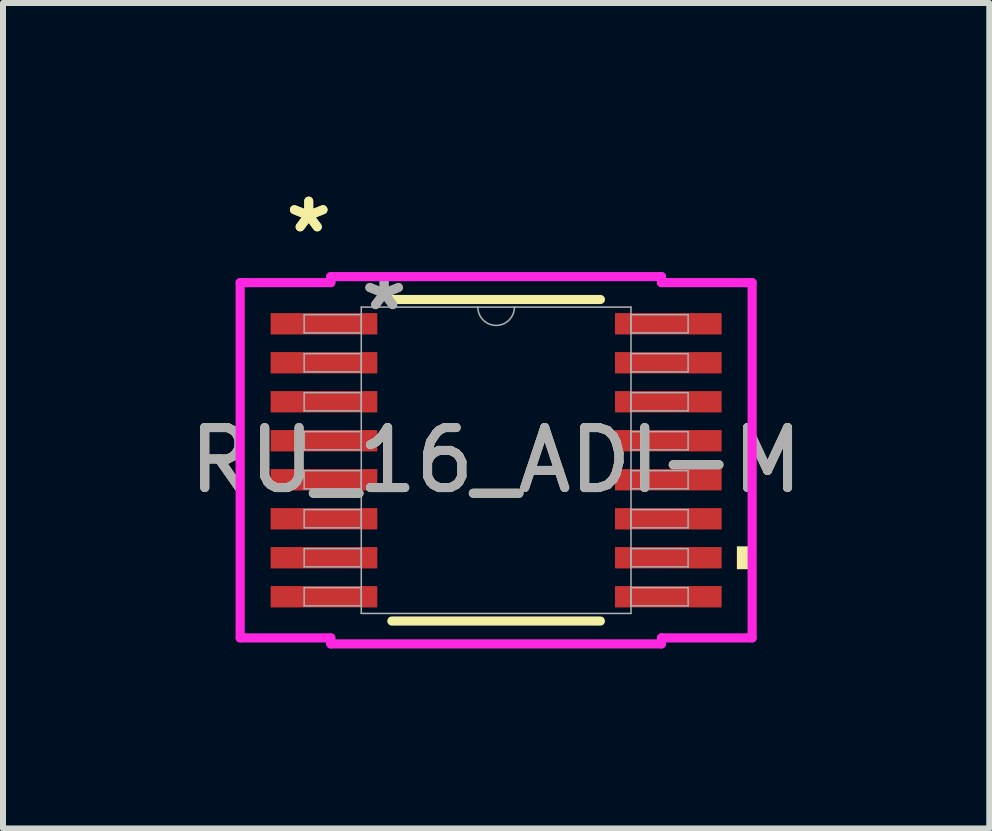
<source format=kicad_pcb>
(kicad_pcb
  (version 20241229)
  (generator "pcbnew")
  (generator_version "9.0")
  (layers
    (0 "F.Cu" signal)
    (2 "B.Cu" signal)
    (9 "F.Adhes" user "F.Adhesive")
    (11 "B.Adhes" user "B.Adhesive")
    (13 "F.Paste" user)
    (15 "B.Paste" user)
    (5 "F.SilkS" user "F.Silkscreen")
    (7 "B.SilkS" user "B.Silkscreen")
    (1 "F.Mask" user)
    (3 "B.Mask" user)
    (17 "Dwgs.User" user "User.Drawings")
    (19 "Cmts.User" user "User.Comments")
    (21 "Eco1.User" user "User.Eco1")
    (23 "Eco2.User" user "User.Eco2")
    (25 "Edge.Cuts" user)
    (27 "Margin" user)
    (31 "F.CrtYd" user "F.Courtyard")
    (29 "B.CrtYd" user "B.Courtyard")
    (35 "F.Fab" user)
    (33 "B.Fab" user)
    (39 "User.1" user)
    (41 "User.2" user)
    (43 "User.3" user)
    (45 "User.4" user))
  (footprint "RU_16_ADI-M"
    (layer "F.Cu")
    (at 5.22 4.622)
    (property "Reference" "RU_16_ADI-M" (at 0 0 0) (unlocked yes) (layer "F.SilkS") (effects (font (size 1 1) (thickness 0.15))))
    (attr smd)
    (fp_line (start -1.738 2.68) (end 1.738 2.68) (stroke (width 0.152) (type solid)) (layer "F.SilkS"))
    (fp_line (start 1.738 -2.68) (end -1.738 -2.68) (stroke (width 0.152) (type solid)) (layer "F.SilkS"))
    (fp_poly (pts (xy 4.267 1.435) (xy 4.267 1.816) (xy 4.013 1.816) (xy 4.013 1.435)) (stroke (width 0) (type solid)) (fill yes) (layer "F.SilkS"))
    (fp_line (start -4.267 -2.961) (end -2.756 -2.961) (stroke (width 0.152) (type solid)) (layer "F.CrtYd"))
    (fp_line (start -4.267 2.961) (end -4.267 -2.961) (stroke (width 0.152) (type solid)) (layer "F.CrtYd"))
    (fp_line (start -4.267 2.961) (end -2.756 2.961) (stroke (width 0.152) (type solid)) (layer "F.CrtYd"))
    (fp_line (start -2.756 -3.061) (end 2.756 -3.061) (stroke (width 0.152) (type solid)) (layer "F.CrtYd"))
    (fp_line (start -2.756 -2.961) (end -2.756 -3.061) (stroke (width 0.152) (type solid)) (layer "F.CrtYd"))
    (fp_line (start -2.756 3.061) (end -2.756 2.961) (stroke (width 0.152) (type solid)) (layer "F.CrtYd"))
    (fp_line (start 2.756 -3.061) (end 2.756 -2.961) (stroke (width 0.152) (type solid)) (layer "F.CrtYd"))
    (fp_line (start 2.756 2.961) (end 2.756 3.061) (stroke (width 0.152) (type solid)) (layer "F.CrtYd"))
    (fp_line (start 2.756 3.061) (end -2.756 3.061) (stroke (width 0.152) (type solid)) (layer "F.CrtYd"))
    (fp_line (start 4.267 -2.961) (end 2.756 -2.961) (stroke (width 0.152) (type solid)) (layer "F.CrtYd"))
    (fp_line (start 4.267 -2.961) (end 4.267 2.961) (stroke (width 0.152) (type solid)) (layer "F.CrtYd"))
    (fp_line (start 4.267 2.961) (end 2.756 2.961) (stroke (width 0.152) (type solid)) (layer "F.CrtYd"))
    (fp_line (start -3.2 -2.427) (end -3.2 -2.123) (stroke (width 0.025) (type solid)) (layer "F.Fab"))
    (fp_line (start -3.2 -2.123) (end -2.248 -2.123) (stroke (width 0.025) (type solid)) (layer "F.Fab"))
    (fp_line (start -3.2 -1.777) (end -3.2 -1.473) (stroke (width 0.025) (type solid)) (layer "F.Fab"))
    (fp_line (start -3.2 -1.473) (end -2.248 -1.473) (stroke (width 0.025) (type solid)) (layer "F.Fab"))
    (fp_line (start -3.2 -1.127) (end -3.2 -0.823) (stroke (width 0.025) (type solid)) (layer "F.Fab"))
    (fp_line (start -3.2 -0.823) (end -2.248 -0.823) (stroke (width 0.025) (type solid)) (layer "F.Fab"))
    (fp_line (start -3.2 -0.477) (end -3.2 -0.173) (stroke (width 0.025) (type solid)) (layer "F.Fab"))
    (fp_line (start -3.2 -0.173) (end -2.248 -0.173) (stroke (width 0.025) (type solid)) (layer "F.Fab"))
    (fp_line (start -3.2 0.173) (end -3.2 0.477) (stroke (width 0.025) (type solid)) (layer "F.Fab"))
    (fp_line (start -3.2 0.477) (end -2.248 0.477) (stroke (width 0.025) (type solid)) (layer "F.Fab"))
    (fp_line (start -3.2 0.823) (end -3.2 1.127) (stroke (width 0.025) (type solid)) (layer "F.Fab"))
    (fp_line (start -3.2 1.127) (end -2.248 1.127) (stroke (width 0.025) (type solid)) (layer "F.Fab"))
    (fp_line (start -3.2 1.473) (end -3.2 1.777) (stroke (width 0.025) (type solid)) (layer "F.Fab"))
    (fp_line (start -3.2 1.777) (end -2.248 1.777) (stroke (width 0.025) (type solid)) (layer "F.Fab"))
    (fp_line (start -3.2 2.123) (end -3.2 2.427) (stroke (width 0.025) (type solid)) (layer "F.Fab"))
    (fp_line (start -3.2 2.427) (end -2.248 2.427) (stroke (width 0.025) (type solid)) (layer "F.Fab"))
    (fp_line (start -2.248 -2.553) (end -2.248 2.553) (stroke (width 0.025) (type solid)) (layer "F.Fab"))
    (fp_line (start -2.248 -2.427) (end -3.2 -2.427) (stroke (width 0.025) (type solid)) (layer "F.Fab"))
    (fp_line (start -2.248 -2.123) (end -2.248 -2.427) (stroke (width 0.025) (type solid)) (layer "F.Fab"))
    (fp_line (start -2.248 -1.777) (end -3.2 -1.777) (stroke (width 0.025) (type solid)) (layer "F.Fab"))
    (fp_line (start -2.248 -1.473) (end -2.248 -1.777) (stroke (width 0.025) (type solid)) (layer "F.Fab"))
    (fp_line (start -2.248 -1.127) (end -3.2 -1.127) (stroke (width 0.025) (type solid)) (layer "F.Fab"))
    (fp_line (start -2.248 -0.823) (end -2.248 -1.127) (stroke (width 0.025) (type solid)) (layer "F.Fab"))
    (fp_line (start -2.248 -0.477) (end -3.2 -0.477) (stroke (width 0.025) (type solid)) (layer "F.Fab"))
    (fp_line (start -2.248 -0.173) (end -2.248 -0.477) (stroke (width 0.025) (type solid)) (layer "F.Fab"))
    (fp_line (start -2.248 0.173) (end -3.2 0.173) (stroke (width 0.025) (type solid)) (layer "F.Fab"))
    (fp_line (start -2.248 0.477) (end -2.248 0.173) (stroke (width 0.025) (type solid)) (layer "F.Fab"))
    (fp_line (start -2.248 0.823) (end -3.2 0.823) (stroke (width 0.025) (type solid)) (layer "F.Fab"))
    (fp_line (start -2.248 1.127) (end -2.248 0.823) (stroke (width 0.025) (type solid)) (layer "F.Fab"))
    (fp_line (start -2.248 1.473) (end -3.2 1.473) (stroke (width 0.025) (type solid)) (layer "F.Fab"))
    (fp_line (start -2.248 1.777) (end -2.248 1.473) (stroke (width 0.025) (type solid)) (layer "F.Fab"))
    (fp_line (start -2.248 2.123) (end -3.2 2.123) (stroke (width 0.025) (type solid)) (layer "F.Fab"))
    (fp_line (start -2.248 2.427) (end -2.248 2.123) (stroke (width 0.025) (type solid)) (layer "F.Fab"))
    (fp_line (start -2.248 2.553) (end 2.248 2.553) (stroke (width 0.025) (type solid)) (layer "F.Fab"))
    (fp_line (start 2.248 -2.553) (end -2.248 -2.553) (stroke (width 0.025) (type solid)) (layer "F.Fab"))
    (fp_line (start 2.248 -2.427) (end 2.248 -2.123) (stroke (width 0.025) (type solid)) (layer "F.Fab"))
    (fp_line (start 2.248 -2.123) (end 3.2 -2.123) (stroke (width 0.025) (type solid)) (layer "F.Fab"))
    (fp_line (start 2.248 -1.777) (end 2.248 -1.473) (stroke (width 0.025) (type solid)) (layer "F.Fab"))
    (fp_line (start 2.248 -1.473) (end 3.2 -1.473) (stroke (width 0.025) (type solid)) (layer "F.Fab"))
    (fp_line (start 2.248 -1.127) (end 2.248 -0.823) (stroke (width 0.025) (type solid)) (layer "F.Fab"))
    (fp_line (start 2.248 -0.823) (end 3.2 -0.823) (stroke (width 0.025) (type solid)) (layer "F.Fab"))
    (fp_line (start 2.248 -0.477) (end 2.248 -0.173) (stroke (width 0.025) (type solid)) (layer "F.Fab"))
    (fp_line (start 2.248 -0.173) (end 3.2 -0.173) (stroke (width 0.025) (type solid)) (layer "F.Fab"))
    (fp_line (start 2.248 0.173) (end 2.248 0.477) (stroke (width 0.025) (type solid)) (layer "F.Fab"))
    (fp_line (start 2.248 0.477) (end 3.2 0.477) (stroke (width 0.025) (type solid)) (layer "F.Fab"))
    (fp_line (start 2.248 0.823) (end 2.248 1.127) (stroke (width 0.025) (type solid)) (layer "F.Fab"))
    (fp_line (start 2.248 1.127) (end 3.2 1.127) (stroke (width 0.025) (type solid)) (layer "F.Fab"))
    (fp_line (start 2.248 1.473) (end 2.248 1.777) (stroke (width 0.025) (type solid)) (layer "F.Fab"))
    (fp_line (start 2.248 1.777) (end 3.2 1.777) (stroke (width 0.025) (type solid)) (layer "F.Fab"))
    (fp_line (start 2.248 2.123) (end 2.248 2.427) (stroke (width 0.025) (type solid)) (layer "F.Fab"))
    (fp_line (start 2.248 2.427) (end 3.2 2.427) (stroke (width 0.025) (type solid)) (layer "F.Fab"))
    (fp_line (start 2.248 2.553) (end 2.248 -2.553) (stroke (width 0.025) (type solid)) (layer "F.Fab"))
    (fp_line (start 3.2 -2.427) (end 2.248 -2.427) (stroke (width 0.025) (type solid)) (layer "F.Fab"))
    (fp_line (start 3.2 -2.123) (end 3.2 -2.427) (stroke (width 0.025) (type solid)) (layer "F.Fab"))
    (fp_line (start 3.2 -1.777) (end 2.248 -1.777) (stroke (width 0.025) (type solid)) (layer "F.Fab"))
    (fp_line (start 3.2 -1.473) (end 3.2 -1.777) (stroke (width 0.025) (type solid)) (layer "F.Fab"))
    (fp_line (start 3.2 -1.127) (end 2.248 -1.127) (stroke (width 0.025) (type solid)) (layer "F.Fab"))
    (fp_line (start 3.2 -0.823) (end 3.2 -1.127) (stroke (width 0.025) (type solid)) (layer "F.Fab"))
    (fp_line (start 3.2 -0.477) (end 2.248 -0.477) (stroke (width 0.025) (type solid)) (layer "F.Fab"))
    (fp_line (start 3.2 -0.173) (end 3.2 -0.477) (stroke (width 0.025) (type solid)) (layer "F.Fab"))
    (fp_line (start 3.2 0.173) (end 2.248 0.173) (stroke (width 0.025) (type solid)) (layer "F.Fab"))
    (fp_line (start 3.2 0.477) (end 3.2 0.173) (stroke (width 0.025) (type solid)) (layer "F.Fab"))
    (fp_line (start 3.2 0.823) (end 2.248 0.823) (stroke (width 0.025) (type solid)) (layer "F.Fab"))
    (fp_line (start 3.2 1.127) (end 3.2 0.823) (stroke (width 0.025) (type solid)) (layer "F.Fab"))
    (fp_line (start 3.2 1.473) (end 2.248 1.473) (stroke (width 0.025) (type solid)) (layer "F.Fab"))
    (fp_line (start 3.2 1.777) (end 3.2 1.473) (stroke (width 0.025) (type solid)) (layer "F.Fab"))
    (fp_line (start 3.2 2.123) (end 2.248 2.123) (stroke (width 0.025) (type solid)) (layer "F.Fab"))
    (fp_line (start 3.2 2.427) (end 3.2 2.123) (stroke (width 0.025) (type solid)) (layer "F.Fab"))
    (fp_arc (start 0.3048 -2.5527) (mid 0 -2.2479) (end -0.3048 -2.5527) (stroke (width 0.0254) (type solid)) (layer "F.Fab"))
    (fp_text user "*" (at -3.124 -3.774 0) (layer "F.SilkS") (effects (font (size 1 1) (thickness 0.15))))
    (fp_text user "*" (at -3.124 -3.774 0) (unlocked yes) (layer "F.SilkS") (effects (font (size 1 1) (thickness 0.15))))
    (fp_text user "${REFERENCE}" (at 0 0 0) (unlocked yes) (layer "F.Fab") (effects (font (size 1 1) (thickness 0.15))))
    (fp_text user "*" (at -1.867 -2.477 0) (layer "F.Fab") (effects (font (size 1 1) (thickness 0.15))))
    (fp_text user "*" (at -1.867 -2.477 0) (unlocked yes) (layer "F.Fab") (effects (font (size 1 1) (thickness 0.15))))
    (pad "1" smd rect (at -2.87 -2.275) (size 1.778 0.356) (layers "F.Cu" "F.Mask" "F.Paste"))
    (pad "2" smd rect (at -2.87 -1.625) (size 1.778 0.356) (layers "F.Cu" "F.Mask" "F.Paste"))
    (pad "3" smd rect (at -2.87 -0.975) (size 1.778 0.356) (layers "F.Cu" "F.Mask" "F.Paste"))
    (pad "4" smd rect (at -2.87 -0.325) (size 1.778 0.356) (layers "F.Cu" "F.Mask" "F.Paste"))
    (pad "5" smd rect (at -2.87 0.325) (size 1.778 0.356) (layers "F.Cu" "F.Mask" "F.Paste"))
    (pad "6" smd rect (at -2.87 0.975) (size 1.778 0.356) (layers "F.Cu" "F.Mask" "F.Paste"))
    (pad "7" smd rect (at -2.87 1.625) (size 1.778 0.356) (layers "F.Cu" "F.Mask" "F.Paste"))
    (pad "8" smd rect (at -2.87 2.275) (size 1.778 0.356) (layers "F.Cu" "F.Mask" "F.Paste"))
    (pad "9" smd rect (at 2.87 2.275) (size 1.778 0.356) (layers "F.Cu" "F.Mask" "F.Paste"))
    (pad "10" smd rect (at 2.87 1.625) (size 1.778 0.356) (layers "F.Cu" "F.Mask" "F.Paste"))
    (pad "11" smd rect (at 2.87 0.975) (size 1.778 0.356) (layers "F.Cu" "F.Mask" "F.Paste"))
    (pad "12" smd rect (at 2.87 0.325) (size 1.778 0.356) (layers "F.Cu" "F.Mask" "F.Paste"))
    (pad "13" smd rect (at 2.87 -0.325) (size 1.778 0.356) (layers "F.Cu" "F.Mask" "F.Paste"))
    (pad "14" smd rect (at 2.87 -0.975) (size 1.778 0.356) (layers "F.Cu" "F.Mask" "F.Paste"))
    (pad "15" smd rect (at 2.87 -1.625) (size 1.778 0.356) (layers "F.Cu" "F.Mask" "F.Paste"))
    (pad "16" smd rect (at 2.87 -2.275) (size 1.778 0.356) (layers "F.Cu" "F.Mask" "F.Paste")))
  (gr_rect
    (start -3 -3)
    (end 13.44 10.759)
    (stroke (width 0.1) (type default))
    (fill no)
    (layer "Edge.Cuts")))
</source>
